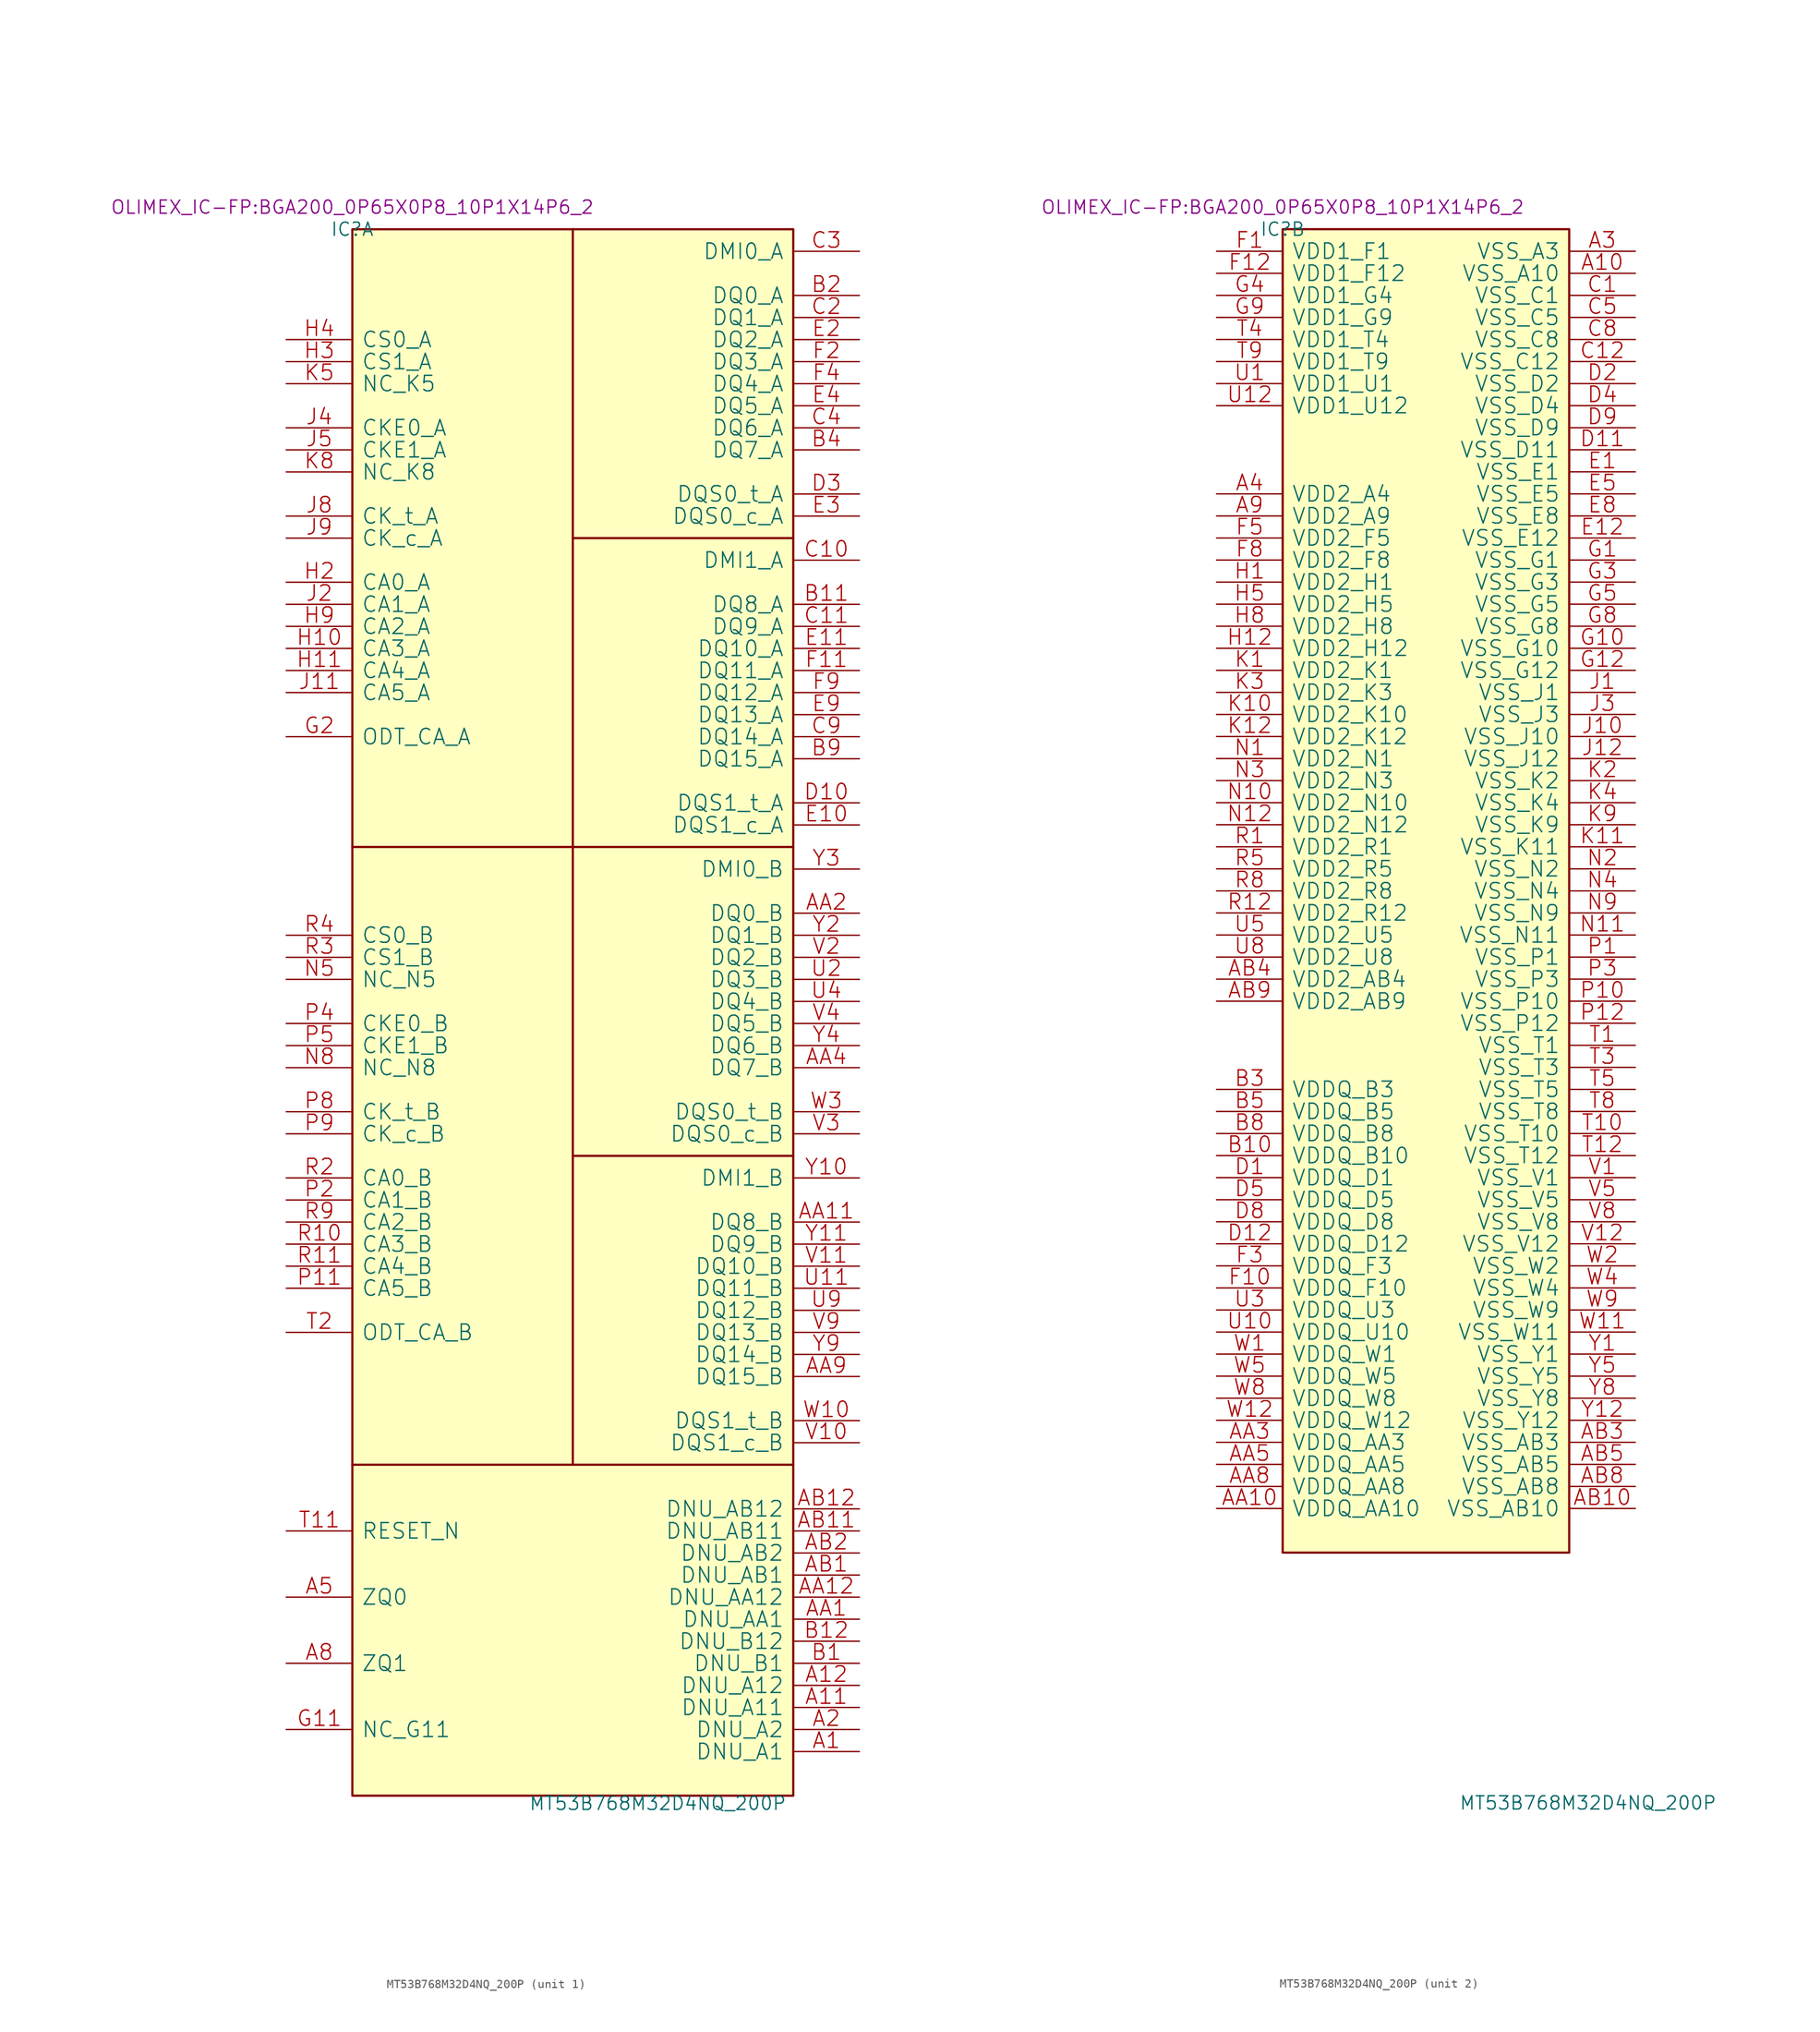
<source format=kicad_sym>
(kicad_symbol_lib
  (version 20220914)
  (generator kicad_symbol_editor)
  (symbol "MT53B768M32D4NQ_200P"
    (pin_names
      (offset 1.016))
    (property "Reference" "IC"
      (at 0 0 0)
      (effects (font (size 1.524 1.524))))
    (property "Value" "MT53B768M32D4NQ_200P"
      (at 20.32 -182.118 0)
      (effects (font (size 1.524 1.524)) (justify left bottom)))
    (property "Footprint" "OLIMEX_IC-FP:BGA200_0P65X0P8_10P1X14P6_2"
      (at 0 2.54 0)
      (effects (font (size 1.524 1.524))))
    (property "Datasheet" ""
      (at 0 0 0)
      (effects (font (size 1.524 1.524))))
    (symbol "MT53B768M32D4NQ_200P_1_1"
      (rectangle (start 0 -180.34) (end 50.8 0) (stroke (width 0.254) (type solid)) (fill (type background)))
      (polyline (pts (xy 25.4 0) (xy 25.4 -142.24)) (stroke (width 0.254) (type solid)) (fill (type none)))
      (polyline (pts (xy 50.8 -142.24) (xy 0 -142.24)) (stroke (width 0.254) (type solid)) (fill (type none)))
      (polyline (pts (xy 50.8 -106.68) (xy 25.4 -106.68)) (stroke (width 0.254) (type solid)) (fill (type none)))
      (polyline (pts (xy 50.8 -71.12) (xy 0 -71.12)) (stroke (width 0.254) (type solid)) (fill (type none)))
      (polyline (pts (xy 50.8 -35.56) (xy 25.4 -35.56)) (stroke (width 0.254) (type solid)) (fill (type none)))
      (pin passive line (at 58.42 -175.26 180) (length 7.62) (name "DNU_A1" (effects (font (size 1.778 1.778)))) (number "A1" (effects (font (size 1.778 1.778)))))
      (pin passive line (at 58.42 -170.18 180) (length 7.62) (name "DNU_A11" (effects (font (size 1.778 1.778)))) (number "A11" (effects (font (size 1.778 1.778)))))
      (pin passive line (at 58.42 -167.64 180) (length 7.62) (name "DNU_A12" (effects (font (size 1.778 1.778)))) (number "A12" (effects (font (size 1.778 1.778)))))
      (pin passive line (at 58.42 -172.72 180) (length 7.62) (name "DNU_A2" (effects (font (size 1.778 1.778)))) (number "A2" (effects (font (size 1.778 1.778)))))
      (pin passive line (at -7.62 -157.48 0) (length 7.62) (name "ZQ0" (effects (font (size 1.778 1.778)))) (number "A5" (effects (font (size 1.778 1.778)))))
      (pin passive line (at -7.62 -165.1 0) (length 7.62) (name "ZQ1" (effects (font (size 1.778 1.778)))) (number "A8" (effects (font (size 1.778 1.778)))))
      (pin passive line (at 58.42 -160.02 180) (length 7.62) (name "DNU_AA1" (effects (font (size 1.778 1.778)))) (number "AA1" (effects (font (size 1.778 1.778)))))
      (pin bidirectional line (at 58.42 -114.3 180) (length 7.62) (name "DQ8_B" (effects (font (size 1.778 1.778)))) (number "AA11" (effects (font (size 1.778 1.778)))))
      (pin passive line (at 58.42 -157.48 180) (length 7.62) (name "DNU_AA12" (effects (font (size 1.778 1.778)))) (number "AA12" (effects (font (size 1.778 1.778)))))
      (pin bidirectional line (at 58.42 -78.74 180) (length 7.62) (name "DQ0_B" (effects (font (size 1.778 1.778)))) (number "AA2" (effects (font (size 1.778 1.778)))))
      (pin bidirectional line (at 58.42 -96.52 180) (length 7.62) (name "DQ7_B" (effects (font (size 1.778 1.778)))) (number "AA4" (effects (font (size 1.778 1.778)))))
      (pin bidirectional line (at 58.42 -132.08 180) (length 7.62) (name "DQ15_B" (effects (font (size 1.778 1.778)))) (number "AA9" (effects (font (size 1.778 1.778)))))
      (pin passive line (at 58.42 -154.94 180) (length 7.62) (name "DNU_AB1" (effects (font (size 1.778 1.778)))) (number "AB1" (effects (font (size 1.778 1.778)))))
      (pin passive line (at 58.42 -149.86 180) (length 7.62) (name "DNU_AB11" (effects (font (size 1.778 1.778)))) (number "AB11" (effects (font (size 1.778 1.778)))))
      (pin passive line (at 58.42 -147.32 180) (length 7.62) (name "DNU_AB12" (effects (font (size 1.778 1.778)))) (number "AB12" (effects (font (size 1.778 1.778)))))
      (pin passive line (at 58.42 -152.4 180) (length 7.62) (name "DNU_AB2" (effects (font (size 1.778 1.778)))) (number "AB2" (effects (font (size 1.778 1.778)))))
      (pin passive line (at 58.42 -165.1 180) (length 7.62) (name "DNU_B1" (effects (font (size 1.778 1.778)))) (number "B1" (effects (font (size 1.778 1.778)))))
      (pin bidirectional line (at 58.42 -43.18 180) (length 7.62) (name "DQ8_A" (effects (font (size 1.778 1.778)))) (number "B11" (effects (font (size 1.778 1.778)))))
      (pin passive line (at 58.42 -162.56 180) (length 7.62) (name "DNU_B12" (effects (font (size 1.778 1.778)))) (number "B12" (effects (font (size 1.778 1.778)))))
      (pin bidirectional line (at 58.42 -7.62 180) (length 7.62) (name "DQ0_A" (effects (font (size 1.778 1.778)))) (number "B2" (effects (font (size 1.778 1.778)))))
      (pin bidirectional line (at 58.42 -25.4 180) (length 7.62) (name "DQ7_A" (effects (font (size 1.778 1.778)))) (number "B4" (effects (font (size 1.778 1.778)))))
      (pin bidirectional line (at 58.42 -60.96 180) (length 7.62) (name "DQ15_A" (effects (font (size 1.778 1.778)))) (number "B9" (effects (font (size 1.778 1.778)))))
      (pin bidirectional line (at 58.42 -38.1 180) (length 7.62) (name "DMI1_A" (effects (font (size 1.778 1.778)))) (number "C10" (effects (font (size 1.778 1.778)))))
      (pin bidirectional line (at 58.42 -45.72 180) (length 7.62) (name "DQ9_A" (effects (font (size 1.778 1.778)))) (number "C11" (effects (font (size 1.778 1.778)))))
      (pin bidirectional line (at 58.42 -10.16 180) (length 7.62) (name "DQ1_A" (effects (font (size 1.778 1.778)))) (number "C2" (effects (font (size 1.778 1.778)))))
      (pin bidirectional line (at 58.42 -2.54 180) (length 7.62) (name "DMI0_A" (effects (font (size 1.778 1.778)))) (number "C3" (effects (font (size 1.778 1.778)))))
      (pin bidirectional line (at 58.42 -22.86 180) (length 7.62) (name "DQ6_A" (effects (font (size 1.778 1.778)))) (number "C4" (effects (font (size 1.778 1.778)))))
      (pin bidirectional line (at 58.42 -58.42 180) (length 7.62) (name "DQ14_A" (effects (font (size 1.778 1.778)))) (number "C9" (effects (font (size 1.778 1.778)))))
      (pin bidirectional line (at 58.42 -66.04 180) (length 7.62) (name "DQS1_t_A" (effects (font (size 1.778 1.778)))) (number "D10" (effects (font (size 1.778 1.778)))))
      (pin bidirectional line (at 58.42 -30.48 180) (length 7.62) (name "DQS0_t_A" (effects (font (size 1.778 1.778)))) (number "D3" (effects (font (size 1.778 1.778)))))
      (pin bidirectional line (at 58.42 -68.58 180) (length 7.62) (name "DQS1_c_A" (effects (font (size 1.778 1.778)))) (number "E10" (effects (font (size 1.778 1.778)))))
      (pin bidirectional line (at 58.42 -48.26 180) (length 7.62) (name "DQ10_A" (effects (font (size 1.778 1.778)))) (number "E11" (effects (font (size 1.778 1.778)))))
      (pin bidirectional line (at 58.42 -12.7 180) (length 7.62) (name "DQ2_A" (effects (font (size 1.778 1.778)))) (number "E2" (effects (font (size 1.778 1.778)))))
      (pin bidirectional line (at 58.42 -33.02 180) (length 7.62) (name "DQS0_c_A" (effects (font (size 1.778 1.778)))) (number "E3" (effects (font (size 1.778 1.778)))))
      (pin bidirectional line (at 58.42 -20.32 180) (length 7.62) (name "DQ5_A" (effects (font (size 1.778 1.778)))) (number "E4" (effects (font (size 1.778 1.778)))))
      (pin bidirectional line (at 58.42 -55.88 180) (length 7.62) (name "DQ13_A" (effects (font (size 1.778 1.778)))) (number "E9" (effects (font (size 1.778 1.778)))))
      (pin bidirectional line (at 58.42 -50.8 180) (length 7.62) (name "DQ11_A" (effects (font (size 1.778 1.778)))) (number "F11" (effects (font (size 1.778 1.778)))))
      (pin bidirectional line (at 58.42 -15.24 180) (length 7.62) (name "DQ3_A" (effects (font (size 1.778 1.778)))) (number "F2" (effects (font (size 1.778 1.778)))))
      (pin bidirectional line (at 58.42 -17.78 180) (length 7.62) (name "DQ4_A" (effects (font (size 1.778 1.778)))) (number "F4" (effects (font (size 1.778 1.778)))))
      (pin bidirectional line (at 58.42 -53.34 180) (length 7.62) (name "DQ12_A" (effects (font (size 1.778 1.778)))) (number "F9" (effects (font (size 1.778 1.778)))))
      (pin passive line (at -7.62 -172.72 0) (length 7.62) (name "NC_G11" (effects (font (size 1.778 1.778)))) (number "G11" (effects (font (size 1.778 1.778)))))
      (pin input line (at -7.62 -58.42 0) (length 7.62) (name "ODT_CA_A" (effects (font (size 1.778 1.778)))) (number "G2" (effects (font (size 1.778 1.778)))))
      (pin input line (at -7.62 -48.26 0) (length 7.62) (name "CA3_A" (effects (font (size 1.778 1.778)))) (number "H10" (effects (font (size 1.778 1.778)))))
      (pin input line (at -7.62 -50.8 0) (length 7.62) (name "CA4_A" (effects (font (size 1.778 1.778)))) (number "H11" (effects (font (size 1.778 1.778)))))
      (pin input line (at -7.62 -40.64 0) (length 7.62) (name "CA0_A" (effects (font (size 1.778 1.778)))) (number "H2" (effects (font (size 1.778 1.778)))))
      (pin input line (at -7.62 -15.24 0) (length 7.62) (name "CS1_A" (effects (font (size 1.778 1.778)))) (number "H3" (effects (font (size 1.778 1.778)))))
      (pin input line (at -7.62 -12.7 0) (length 7.62) (name "CS0_A" (effects (font (size 1.778 1.778)))) (number "H4" (effects (font (size 1.778 1.778)))))
      (pin input line (at -7.62 -45.72 0) (length 7.62) (name "CA2_A" (effects (font (size 1.778 1.778)))) (number "H9" (effects (font (size 1.778 1.778)))))
      (pin input line (at -7.62 -53.34 0) (length 7.62) (name "CA5_A" (effects (font (size 1.778 1.778)))) (number "J11" (effects (font (size 1.778 1.778)))))
      (pin input line (at -7.62 -43.18 0) (length 7.62) (name "CA1_A" (effects (font (size 1.778 1.778)))) (number "J2" (effects (font (size 1.778 1.778)))))
      (pin input line (at -7.62 -22.86 0) (length 7.62) (name "CKE0_A" (effects (font (size 1.778 1.778)))) (number "J4" (effects (font (size 1.778 1.778)))))
      (pin input line (at -7.62 -25.4 0) (length 7.62) (name "CKE1_A" (effects (font (size 1.778 1.778)))) (number "J5" (effects (font (size 1.778 1.778)))))
      (pin input line (at -7.62 -33.02 0) (length 7.62) (name "CK_t_A" (effects (font (size 1.778 1.778)))) (number "J8" (effects (font (size 1.778 1.778)))))
      (pin input line (at -7.62 -35.56 0) (length 7.62) (name "CK_c_A" (effects (font (size 1.778 1.778)))) (number "J9" (effects (font (size 1.778 1.778)))))
      (pin passive line (at -7.62 -17.78 0) (length 7.62) (name "NC_K5" (effects (font (size 1.778 1.778)))) (number "K5" (effects (font (size 1.778 1.778)))))
      (pin passive line (at -7.62 -27.94 0) (length 7.62) (name "NC_K8" (effects (font (size 1.778 1.778)))) (number "K8" (effects (font (size 1.778 1.778)))))
      (pin passive line (at -7.62 -86.36 0) (length 7.62) (name "NC_N5" (effects (font (size 1.778 1.778)))) (number "N5" (effects (font (size 1.778 1.778)))))
      (pin passive line (at -7.62 -96.52 0) (length 7.62) (name "NC_N8" (effects (font (size 1.778 1.778)))) (number "N8" (effects (font (size 1.778 1.778)))))
      (pin input line (at -7.62 -121.92 0) (length 7.62) (name "CA5_B" (effects (font (size 1.778 1.778)))) (number "P11" (effects (font (size 1.778 1.778)))))
      (pin input line (at -7.62 -111.76 0) (length 7.62) (name "CA1_B" (effects (font (size 1.778 1.778)))) (number "P2" (effects (font (size 1.778 1.778)))))
      (pin input line (at -7.62 -91.44 0) (length 7.62) (name "CKE0_B" (effects (font (size 1.778 1.778)))) (number "P4" (effects (font (size 1.778 1.778)))))
      (pin input line (at -7.62 -93.98 0) (length 7.62) (name "CKE1_B" (effects (font (size 1.778 1.778)))) (number "P5" (effects (font (size 1.778 1.778)))))
      (pin input line (at -7.62 -101.6 0) (length 7.62) (name "CK_t_B" (effects (font (size 1.778 1.778)))) (number "P8" (effects (font (size 1.778 1.778)))))
      (pin input line (at -7.62 -104.14 0) (length 7.62) (name "CK_c_B" (effects (font (size 1.778 1.778)))) (number "P9" (effects (font (size 1.778 1.778)))))
      (pin input line (at -7.62 -116.84 0) (length 7.62) (name "CA3_B" (effects (font (size 1.778 1.778)))) (number "R10" (effects (font (size 1.778 1.778)))))
      (pin input line (at -7.62 -119.38 0) (length 7.62) (name "CA4_B" (effects (font (size 1.778 1.778)))) (number "R11" (effects (font (size 1.778 1.778)))))
      (pin input line (at -7.62 -109.22 0) (length 7.62) (name "CA0_B" (effects (font (size 1.778 1.778)))) (number "R2" (effects (font (size 1.778 1.778)))))
      (pin input line (at -7.62 -83.82 0) (length 7.62) (name "CS1_B" (effects (font (size 1.778 1.778)))) (number "R3" (effects (font (size 1.778 1.778)))))
      (pin input line (at -7.62 -81.28 0) (length 7.62) (name "CS0_B" (effects (font (size 1.778 1.778)))) (number "R4" (effects (font (size 1.778 1.778)))))
      (pin input line (at -7.62 -114.3 0) (length 7.62) (name "CA2_B" (effects (font (size 1.778 1.778)))) (number "R9" (effects (font (size 1.778 1.778)))))
      (pin input line (at -7.62 -149.86 0) (length 7.62) (name "RESET_N" (effects (font (size 1.778 1.778)))) (number "T11" (effects (font (size 1.778 1.778)))))
      (pin input line (at -7.62 -127 0) (length 7.62) (name "ODT_CA_B" (effects (font (size 1.778 1.778)))) (number "T2" (effects (font (size 1.778 1.778)))))
      (pin bidirectional line (at 58.42 -121.92 180) (length 7.62) (name "DQ11_B" (effects (font (size 1.778 1.778)))) (number "U11" (effects (font (size 1.778 1.778)))))
      (pin bidirectional line (at 58.42 -86.36 180) (length 7.62) (name "DQ3_B" (effects (font (size 1.778 1.778)))) (number "U2" (effects (font (size 1.778 1.778)))))
      (pin bidirectional line (at 58.42 -88.9 180) (length 7.62) (name "DQ4_B" (effects (font (size 1.778 1.778)))) (number "U4" (effects (font (size 1.778 1.778)))))
      (pin bidirectional line (at 58.42 -124.46 180) (length 7.62) (name "DQ12_B" (effects (font (size 1.778 1.778)))) (number "U9" (effects (font (size 1.778 1.778)))))
      (pin bidirectional line (at 58.42 -139.7 180) (length 7.62) (name "DQS1_c_B" (effects (font (size 1.778 1.778)))) (number "V10" (effects (font (size 1.778 1.778)))))
      (pin bidirectional line (at 58.42 -119.38 180) (length 7.62) (name "DQ10_B" (effects (font (size 1.778 1.778)))) (number "V11" (effects (font (size 1.778 1.778)))))
      (pin bidirectional line (at 58.42 -83.82 180) (length 7.62) (name "DQ2_B" (effects (font (size 1.778 1.778)))) (number "V2" (effects (font (size 1.778 1.778)))))
      (pin bidirectional line (at 58.42 -104.14 180) (length 7.62) (name "DQS0_c_B" (effects (font (size 1.778 1.778)))) (number "V3" (effects (font (size 1.778 1.778)))))
      (pin bidirectional line (at 58.42 -91.44 180) (length 7.62) (name "DQ5_B" (effects (font (size 1.778 1.778)))) (number "V4" (effects (font (size 1.778 1.778)))))
      (pin bidirectional line (at 58.42 -127 180) (length 7.62) (name "DQ13_B" (effects (font (size 1.778 1.778)))) (number "V9" (effects (font (size 1.778 1.778)))))
      (pin bidirectional line (at 58.42 -137.16 180) (length 7.62) (name "DQS1_t_B" (effects (font (size 1.778 1.778)))) (number "W10" (effects (font (size 1.778 1.778)))))
      (pin bidirectional line (at 58.42 -101.6 180) (length 7.62) (name "DQS0_t_B" (effects (font (size 1.778 1.778)))) (number "W3" (effects (font (size 1.778 1.778)))))
      (pin bidirectional line (at 58.42 -109.22 180) (length 7.62) (name "DMI1_B" (effects (font (size 1.778 1.778)))) (number "Y10" (effects (font (size 1.778 1.778)))))
      (pin bidirectional line (at 58.42 -116.84 180) (length 7.62) (name "DQ9_B" (effects (font (size 1.778 1.778)))) (number "Y11" (effects (font (size 1.778 1.778)))))
      (pin bidirectional line (at 58.42 -81.28 180) (length 7.62) (name "DQ1_B" (effects (font (size 1.778 1.778)))) (number "Y2" (effects (font (size 1.778 1.778)))))
      (pin bidirectional line (at 58.42 -73.66 180) (length 7.62) (name "DMI0_B" (effects (font (size 1.778 1.778)))) (number "Y3" (effects (font (size 1.778 1.778)))))
      (pin bidirectional line (at 58.42 -93.98 180) (length 7.62) (name "DQ6_B" (effects (font (size 1.778 1.778)))) (number "Y4" (effects (font (size 1.778 1.778)))))
      (pin bidirectional line (at 58.42 -129.54 180) (length 7.62) (name "DQ14_B" (effects (font (size 1.778 1.778)))) (number "Y9" (effects (font (size 1.778 1.778))))))
    (symbol "MT53B768M32D4NQ_200P_2_1"
      (rectangle (start 0 -152.4) (end 33.02 0) (stroke (width 0.254) (type solid)) (fill (type background)))
      (pin power_in line (at 40.64 -5.08 180) (length 7.62) (name "VSS_A10" (effects (font (size 1.778 1.778)))) (number "A10" (effects (font (size 1.778 1.778)))))
      (pin power_in line (at 40.64 -2.54 180) (length 7.62) (name "VSS_A3" (effects (font (size 1.778 1.778)))) (number "A3" (effects (font (size 1.778 1.778)))))
      (pin power_in line (at -7.62 -30.48 0) (length 7.62) (name "VDD2_A4" (effects (font (size 1.778 1.778)))) (number "A4" (effects (font (size 1.778 1.778)))))
      (pin power_in line (at -7.62 -33.02 0) (length 7.62) (name "VDD2_A9" (effects (font (size 1.778 1.778)))) (number "A9" (effects (font (size 1.778 1.778)))))
      (pin power_in line (at -7.62 -147.32 0) (length 7.62) (name "VDDQ_AA10" (effects (font (size 1.778 1.778)))) (number "AA10" (effects (font (size 1.778 1.778)))))
      (pin power_in line (at -7.62 -139.7 0) (length 7.62) (name "VDDQ_AA3" (effects (font (size 1.778 1.778)))) (number "AA3" (effects (font (size 1.778 1.778)))))
      (pin power_in line (at -7.62 -142.24 0) (length 7.62) (name "VDDQ_AA5" (effects (font (size 1.778 1.778)))) (number "AA5" (effects (font (size 1.778 1.778)))))
      (pin power_in line (at -7.62 -144.78 0) (length 7.62) (name "VDDQ_AA8" (effects (font (size 1.778 1.778)))) (number "AA8" (effects (font (size 1.778 1.778)))))
      (pin power_in line (at 40.64 -147.32 180) (length 7.62) (name "VSS_AB10" (effects (font (size 1.778 1.778)))) (number "AB10" (effects (font (size 1.778 1.778)))))
      (pin power_in line (at 40.64 -139.7 180) (length 7.62) (name "VSS_AB3" (effects (font (size 1.778 1.778)))) (number "AB3" (effects (font (size 1.778 1.778)))))
      (pin power_in line (at -7.62 -86.36 0) (length 7.62) (name "VDD2_AB4" (effects (font (size 1.778 1.778)))) (number "AB4" (effects (font (size 1.778 1.778)))))
      (pin power_in line (at 40.64 -142.24 180) (length 7.62) (name "VSS_AB5" (effects (font (size 1.778 1.778)))) (number "AB5" (effects (font (size 1.778 1.778)))))
      (pin power_in line (at 40.64 -144.78 180) (length 7.62) (name "VSS_AB8" (effects (font (size 1.778 1.778)))) (number "AB8" (effects (font (size 1.778 1.778)))))
      (pin power_in line (at -7.62 -88.9 0) (length 7.62) (name "VDD2_AB9" (effects (font (size 1.778 1.778)))) (number "AB9" (effects (font (size 1.778 1.778)))))
      (pin power_in line (at -7.62 -106.68 0) (length 7.62) (name "VDDQ_B10" (effects (font (size 1.778 1.778)))) (number "B10" (effects (font (size 1.778 1.778)))))
      (pin power_in line (at -7.62 -99.06 0) (length 7.62) (name "VDDQ_B3" (effects (font (size 1.778 1.778)))) (number "B3" (effects (font (size 1.778 1.778)))))
      (pin power_in line (at -7.62 -101.6 0) (length 7.62) (name "VDDQ_B5" (effects (font (size 1.778 1.778)))) (number "B5" (effects (font (size 1.778 1.778)))))
      (pin power_in line (at -7.62 -104.14 0) (length 7.62) (name "VDDQ_B8" (effects (font (size 1.778 1.778)))) (number "B8" (effects (font (size 1.778 1.778)))))
      (pin power_in line (at 40.64 -7.62 180) (length 7.62) (name "VSS_C1" (effects (font (size 1.778 1.778)))) (number "C1" (effects (font (size 1.778 1.778)))))
      (pin power_in line (at 40.64 -15.24 180) (length 7.62) (name "VSS_C12" (effects (font (size 1.778 1.778)))) (number "C12" (effects (font (size 1.778 1.778)))))
      (pin power_in line (at 40.64 -10.16 180) (length 7.62) (name "VSS_C5" (effects (font (size 1.778 1.778)))) (number "C5" (effects (font (size 1.778 1.778)))))
      (pin power_in line (at 40.64 -12.7 180) (length 7.62) (name "VSS_C8" (effects (font (size 1.778 1.778)))) (number "C8" (effects (font (size 1.778 1.778)))))
      (pin power_in line (at -7.62 -109.22 0) (length 7.62) (name "VDDQ_D1" (effects (font (size 1.778 1.778)))) (number "D1" (effects (font (size 1.778 1.778)))))
      (pin power_in line (at 40.64 -25.4 180) (length 7.62) (name "VSS_D11" (effects (font (size 1.778 1.778)))) (number "D11" (effects (font (size 1.778 1.778)))))
      (pin power_in line (at -7.62 -116.84 0) (length 7.62) (name "VDDQ_D12" (effects (font (size 1.778 1.778)))) (number "D12" (effects (font (size 1.778 1.778)))))
      (pin power_in line (at 40.64 -17.78 180) (length 7.62) (name "VSS_D2" (effects (font (size 1.778 1.778)))) (number "D2" (effects (font (size 1.778 1.778)))))
      (pin power_in line (at 40.64 -20.32 180) (length 7.62) (name "VSS_D4" (effects (font (size 1.778 1.778)))) (number "D4" (effects (font (size 1.778 1.778)))))
      (pin power_in line (at -7.62 -111.76 0) (length 7.62) (name "VDDQ_D5" (effects (font (size 1.778 1.778)))) (number "D5" (effects (font (size 1.778 1.778)))))
      (pin power_in line (at -7.62 -114.3 0) (length 7.62) (name "VDDQ_D8" (effects (font (size 1.778 1.778)))) (number "D8" (effects (font (size 1.778 1.778)))))
      (pin power_in line (at 40.64 -22.86 180) (length 7.62) (name "VSS_D9" (effects (font (size 1.778 1.778)))) (number "D9" (effects (font (size 1.778 1.778)))))
      (pin power_in line (at 40.64 -27.94 180) (length 7.62) (name "VSS_E1" (effects (font (size 1.778 1.778)))) (number "E1" (effects (font (size 1.778 1.778)))))
      (pin power_in line (at 40.64 -35.56 180) (length 7.62) (name "VSS_E12" (effects (font (size 1.778 1.778)))) (number "E12" (effects (font (size 1.778 1.778)))))
      (pin power_in line (at 40.64 -30.48 180) (length 7.62) (name "VSS_E5" (effects (font (size 1.778 1.778)))) (number "E5" (effects (font (size 1.778 1.778)))))
      (pin power_in line (at 40.64 -33.02 180) (length 7.62) (name "VSS_E8" (effects (font (size 1.778 1.778)))) (number "E8" (effects (font (size 1.778 1.778)))))
      (pin power_in line (at -7.62 -2.54 0) (length 7.62) (name "VDD1_F1" (effects (font (size 1.778 1.778)))) (number "F1" (effects (font (size 1.778 1.778)))))
      (pin power_in line (at -7.62 -121.92 0) (length 7.62) (name "VDDQ_F10" (effects (font (size 1.778 1.778)))) (number "F10" (effects (font (size 1.778 1.778)))))
      (pin power_in line (at -7.62 -5.08 0) (length 7.62) (name "VDD1_F12" (effects (font (size 1.778 1.778)))) (number "F12" (effects (font (size 1.778 1.778)))))
      (pin power_in line (at -7.62 -119.38 0) (length 7.62) (name "VDDQ_F3" (effects (font (size 1.778 1.778)))) (number "F3" (effects (font (size 1.778 1.778)))))
      (pin power_in line (at -7.62 -35.56 0) (length 7.62) (name "VDD2_F5" (effects (font (size 1.778 1.778)))) (number "F5" (effects (font (size 1.778 1.778)))))
      (pin power_in line (at -7.62 -38.1 0) (length 7.62) (name "VDD2_F8" (effects (font (size 1.778 1.778)))) (number "F8" (effects (font (size 1.778 1.778)))))
      (pin power_in line (at 40.64 -38.1 180) (length 7.62) (name "VSS_G1" (effects (font (size 1.778 1.778)))) (number "G1" (effects (font (size 1.778 1.778)))))
      (pin power_in line (at 40.64 -48.26 180) (length 7.62) (name "VSS_G10" (effects (font (size 1.778 1.778)))) (number "G10" (effects (font (size 1.778 1.778)))))
      (pin power_in line (at 40.64 -50.8 180) (length 7.62) (name "VSS_G12" (effects (font (size 1.778 1.778)))) (number "G12" (effects (font (size 1.778 1.778)))))
      (pin power_in line (at 40.64 -40.64 180) (length 7.62) (name "VSS_G3" (effects (font (size 1.778 1.778)))) (number "G3" (effects (font (size 1.778 1.778)))))
      (pin power_in line (at -7.62 -7.62 0) (length 7.62) (name "VDD1_G4" (effects (font (size 1.778 1.778)))) (number "G4" (effects (font (size 1.778 1.778)))))
      (pin power_in line (at 40.64 -43.18 180) (length 7.62) (name "VSS_G5" (effects (font (size 1.778 1.778)))) (number "G5" (effects (font (size 1.778 1.778)))))
      (pin power_in line (at 40.64 -45.72 180) (length 7.62) (name "VSS_G8" (effects (font (size 1.778 1.778)))) (number "G8" (effects (font (size 1.778 1.778)))))
      (pin power_in line (at -7.62 -10.16 0) (length 7.62) (name "VDD1_G9" (effects (font (size 1.778 1.778)))) (number "G9" (effects (font (size 1.778 1.778)))))
      (pin power_in line (at -7.62 -40.64 0) (length 7.62) (name "VDD2_H1" (effects (font (size 1.778 1.778)))) (number "H1" (effects (font (size 1.778 1.778)))))
      (pin power_in line (at -7.62 -48.26 0) (length 7.62) (name "VDD2_H12" (effects (font (size 1.778 1.778)))) (number "H12" (effects (font (size 1.778 1.778)))))
      (pin power_in line (at -7.62 -43.18 0) (length 7.62) (name "VDD2_H5" (effects (font (size 1.778 1.778)))) (number "H5" (effects (font (size 1.778 1.778)))))
      (pin power_in line (at -7.62 -45.72 0) (length 7.62) (name "VDD2_H8" (effects (font (size 1.778 1.778)))) (number "H8" (effects (font (size 1.778 1.778)))))
      (pin power_in line (at 40.64 -53.34 180) (length 7.62) (name "VSS_J1" (effects (font (size 1.778 1.778)))) (number "J1" (effects (font (size 1.778 1.778)))))
      (pin power_in line (at 40.64 -58.42 180) (length 7.62) (name "VSS_J10" (effects (font (size 1.778 1.778)))) (number "J10" (effects (font (size 1.778 1.778)))))
      (pin power_in line (at 40.64 -60.96 180) (length 7.62) (name "VSS_J12" (effects (font (size 1.778 1.778)))) (number "J12" (effects (font (size 1.778 1.778)))))
      (pin power_in line (at 40.64 -55.88 180) (length 7.62) (name "VSS_J3" (effects (font (size 1.778 1.778)))) (number "J3" (effects (font (size 1.778 1.778)))))
      (pin power_in line (at -7.62 -50.8 0) (length 7.62) (name "VDD2_K1" (effects (font (size 1.778 1.778)))) (number "K1" (effects (font (size 1.778 1.778)))))
      (pin power_in line (at -7.62 -55.88 0) (length 7.62) (name "VDD2_K10" (effects (font (size 1.778 1.778)))) (number "K10" (effects (font (size 1.778 1.778)))))
      (pin power_in line (at 40.64 -71.12 180) (length 7.62) (name "VSS_K11" (effects (font (size 1.778 1.778)))) (number "K11" (effects (font (size 1.778 1.778)))))
      (pin power_in line (at -7.62 -58.42 0) (length 7.62) (name "VDD2_K12" (effects (font (size 1.778 1.778)))) (number "K12" (effects (font (size 1.778 1.778)))))
      (pin power_in line (at 40.64 -63.5 180) (length 7.62) (name "VSS_K2" (effects (font (size 1.778 1.778)))) (number "K2" (effects (font (size 1.778 1.778)))))
      (pin power_in line (at -7.62 -53.34 0) (length 7.62) (name "VDD2_K3" (effects (font (size 1.778 1.778)))) (number "K3" (effects (font (size 1.778 1.778)))))
      (pin power_in line (at 40.64 -66.04 180) (length 7.62) (name "VSS_K4" (effects (font (size 1.778 1.778)))) (number "K4" (effects (font (size 1.778 1.778)))))
      (pin power_in line (at 40.64 -68.58 180) (length 7.62) (name "VSS_K9" (effects (font (size 1.778 1.778)))) (number "K9" (effects (font (size 1.778 1.778)))))
      (pin power_in line (at -7.62 -60.96 0) (length 7.62) (name "VDD2_N1" (effects (font (size 1.778 1.778)))) (number "N1" (effects (font (size 1.778 1.778)))))
      (pin power_in line (at -7.62 -66.04 0) (length 7.62) (name "VDD2_N10" (effects (font (size 1.778 1.778)))) (number "N10" (effects (font (size 1.778 1.778)))))
      (pin power_in line (at 40.64 -81.28 180) (length 7.62) (name "VSS_N11" (effects (font (size 1.778 1.778)))) (number "N11" (effects (font (size 1.778 1.778)))))
      (pin power_in line (at -7.62 -68.58 0) (length 7.62) (name "VDD2_N12" (effects (font (size 1.778 1.778)))) (number "N12" (effects (font (size 1.778 1.778)))))
      (pin power_in line (at 40.64 -73.66 180) (length 7.62) (name "VSS_N2" (effects (font (size 1.778 1.778)))) (number "N2" (effects (font (size 1.778 1.778)))))
      (pin power_in line (at -7.62 -63.5 0) (length 7.62) (name "VDD2_N3" (effects (font (size 1.778 1.778)))) (number "N3" (effects (font (size 1.778 1.778)))))
      (pin power_in line (at 40.64 -76.2 180) (length 7.62) (name "VSS_N4" (effects (font (size 1.778 1.778)))) (number "N4" (effects (font (size 1.778 1.778)))))
      (pin power_in line (at 40.64 -78.74 180) (length 7.62) (name "VSS_N9" (effects (font (size 1.778 1.778)))) (number "N9" (effects (font (size 1.778 1.778)))))
      (pin power_in line (at 40.64 -83.82 180) (length 7.62) (name "VSS_P1" (effects (font (size 1.778 1.778)))) (number "P1" (effects (font (size 1.778 1.778)))))
      (pin power_in line (at 40.64 -88.9 180) (length 7.62) (name "VSS_P10" (effects (font (size 1.778 1.778)))) (number "P10" (effects (font (size 1.778 1.778)))))
      (pin power_in line (at 40.64 -91.44 180) (length 7.62) (name "VSS_P12" (effects (font (size 1.778 1.778)))) (number "P12" (effects (font (size 1.778 1.778)))))
      (pin power_in line (at 40.64 -86.36 180) (length 7.62) (name "VSS_P3" (effects (font (size 1.778 1.778)))) (number "P3" (effects (font (size 1.778 1.778)))))
      (pin power_in line (at -7.62 -71.12 0) (length 7.62) (name "VDD2_R1" (effects (font (size 1.778 1.778)))) (number "R1" (effects (font (size 1.778 1.778)))))
      (pin power_in line (at -7.62 -78.74 0) (length 7.62) (name "VDD2_R12" (effects (font (size 1.778 1.778)))) (number "R12" (effects (font (size 1.778 1.778)))))
      (pin power_in line (at -7.62 -73.66 0) (length 7.62) (name "VDD2_R5" (effects (font (size 1.778 1.778)))) (number "R5" (effects (font (size 1.778 1.778)))))
      (pin power_in line (at -7.62 -76.2 0) (length 7.62) (name "VDD2_R8" (effects (font (size 1.778 1.778)))) (number "R8" (effects (font (size 1.778 1.778)))))
      (pin power_in line (at 40.64 -93.98 180) (length 7.62) (name "VSS_T1" (effects (font (size 1.778 1.778)))) (number "T1" (effects (font (size 1.778 1.778)))))
      (pin power_in line (at 40.64 -104.14 180) (length 7.62) (name "VSS_T10" (effects (font (size 1.778 1.778)))) (number "T10" (effects (font (size 1.778 1.778)))))
      (pin power_in line (at 40.64 -106.68 180) (length 7.62) (name "VSS_T12" (effects (font (size 1.778 1.778)))) (number "T12" (effects (font (size 1.778 1.778)))))
      (pin power_in line (at 40.64 -96.52 180) (length 7.62) (name "VSS_T3" (effects (font (size 1.778 1.778)))) (number "T3" (effects (font (size 1.778 1.778)))))
      (pin power_in line (at -7.62 -12.7 0) (length 7.62) (name "VDD1_T4" (effects (font (size 1.778 1.778)))) (number "T4" (effects (font (size 1.778 1.778)))))
      (pin power_in line (at 40.64 -99.06 180) (length 7.62) (name "VSS_T5" (effects (font (size 1.778 1.778)))) (number "T5" (effects (font (size 1.778 1.778)))))
      (pin power_in line (at 40.64 -101.6 180) (length 7.62) (name "VSS_T8" (effects (font (size 1.778 1.778)))) (number "T8" (effects (font (size 1.778 1.778)))))
      (pin power_in line (at -7.62 -15.24 0) (length 7.62) (name "VDD1_T9" (effects (font (size 1.778 1.778)))) (number "T9" (effects (font (size 1.778 1.778)))))
      (pin power_in line (at -7.62 -17.78 0) (length 7.62) (name "VDD1_U1" (effects (font (size 1.778 1.778)))) (number "U1" (effects (font (size 1.778 1.778)))))
      (pin power_in line (at -7.62 -127 0) (length 7.62) (name "VDDQ_U10" (effects (font (size 1.778 1.778)))) (number "U10" (effects (font (size 1.778 1.778)))))
      (pin power_in line (at -7.62 -20.32 0) (length 7.62) (name "VDD1_U12" (effects (font (size 1.778 1.778)))) (number "U12" (effects (font (size 1.778 1.778)))))
      (pin power_in line (at -7.62 -124.46 0) (length 7.62) (name "VDDQ_U3" (effects (font (size 1.778 1.778)))) (number "U3" (effects (font (size 1.778 1.778)))))
      (pin power_in line (at -7.62 -81.28 0) (length 7.62) (name "VDD2_U5" (effects (font (size 1.778 1.778)))) (number "U5" (effects (font (size 1.778 1.778)))))
      (pin power_in line (at -7.62 -83.82 0) (length 7.62) (name "VDD2_U8" (effects (font (size 1.778 1.778)))) (number "U8" (effects (font (size 1.778 1.778)))))
      (pin power_in line (at 40.64 -109.22 180) (length 7.62) (name "VSS_V1" (effects (font (size 1.778 1.778)))) (number "V1" (effects (font (size 1.778 1.778)))))
      (pin power_in line (at 40.64 -116.84 180) (length 7.62) (name "VSS_V12" (effects (font (size 1.778 1.778)))) (number "V12" (effects (font (size 1.778 1.778)))))
      (pin power_in line (at 40.64 -111.76 180) (length 7.62) (name "VSS_V5" (effects (font (size 1.778 1.778)))) (number "V5" (effects (font (size 1.778 1.778)))))
      (pin power_in line (at 40.64 -114.3 180) (length 7.62) (name "VSS_V8" (effects (font (size 1.778 1.778)))) (number "V8" (effects (font (size 1.778 1.778)))))
      (pin power_in line (at -7.62 -129.54 0) (length 7.62) (name "VDDQ_W1" (effects (font (size 1.778 1.778)))) (number "W1" (effects (font (size 1.778 1.778)))))
      (pin power_in line (at 40.64 -127 180) (length 7.62) (name "VSS_W11" (effects (font (size 1.778 1.778)))) (number "W11" (effects (font (size 1.778 1.778)))))
      (pin power_in line (at -7.62 -137.16 0) (length 7.62) (name "VDDQ_W12" (effects (font (size 1.778 1.778)))) (number "W12" (effects (font (size 1.778 1.778)))))
      (pin power_in line (at 40.64 -119.38 180) (length 7.62) (name "VSS_W2" (effects (font (size 1.778 1.778)))) (number "W2" (effects (font (size 1.778 1.778)))))
      (pin power_in line (at 40.64 -121.92 180) (length 7.62) (name "VSS_W4" (effects (font (size 1.778 1.778)))) (number "W4" (effects (font (size 1.778 1.778)))))
      (pin power_in line (at -7.62 -132.08 0) (length 7.62) (name "VDDQ_W5" (effects (font (size 1.778 1.778)))) (number "W5" (effects (font (size 1.778 1.778)))))
      (pin power_in line (at -7.62 -134.62 0) (length 7.62) (name "VDDQ_W8" (effects (font (size 1.778 1.778)))) (number "W8" (effects (font (size 1.778 1.778)))))
      (pin power_in line (at 40.64 -124.46 180) (length 7.62) (name "VSS_W9" (effects (font (size 1.778 1.778)))) (number "W9" (effects (font (size 1.778 1.778)))))
      (pin power_in line (at 40.64 -129.54 180) (length 7.62) (name "VSS_Y1" (effects (font (size 1.778 1.778)))) (number "Y1" (effects (font (size 1.778 1.778)))))
      (pin power_in line (at 40.64 -137.16 180) (length 7.62) (name "VSS_Y12" (effects (font (size 1.778 1.778)))) (number "Y12" (effects (font (size 1.778 1.778)))))
      (pin power_in line (at 40.64 -132.08 180) (length 7.62) (name "VSS_Y5" (effects (font (size 1.778 1.778)))) (number "Y5" (effects (font (size 1.778 1.778)))))
      (pin power_in line (at 40.64 -134.62 180) (length 7.62) (name "VSS_Y8" (effects (font (size 1.778 1.778)))) (number "Y8" (effects (font (size 1.778 1.778))))))))
</source>
